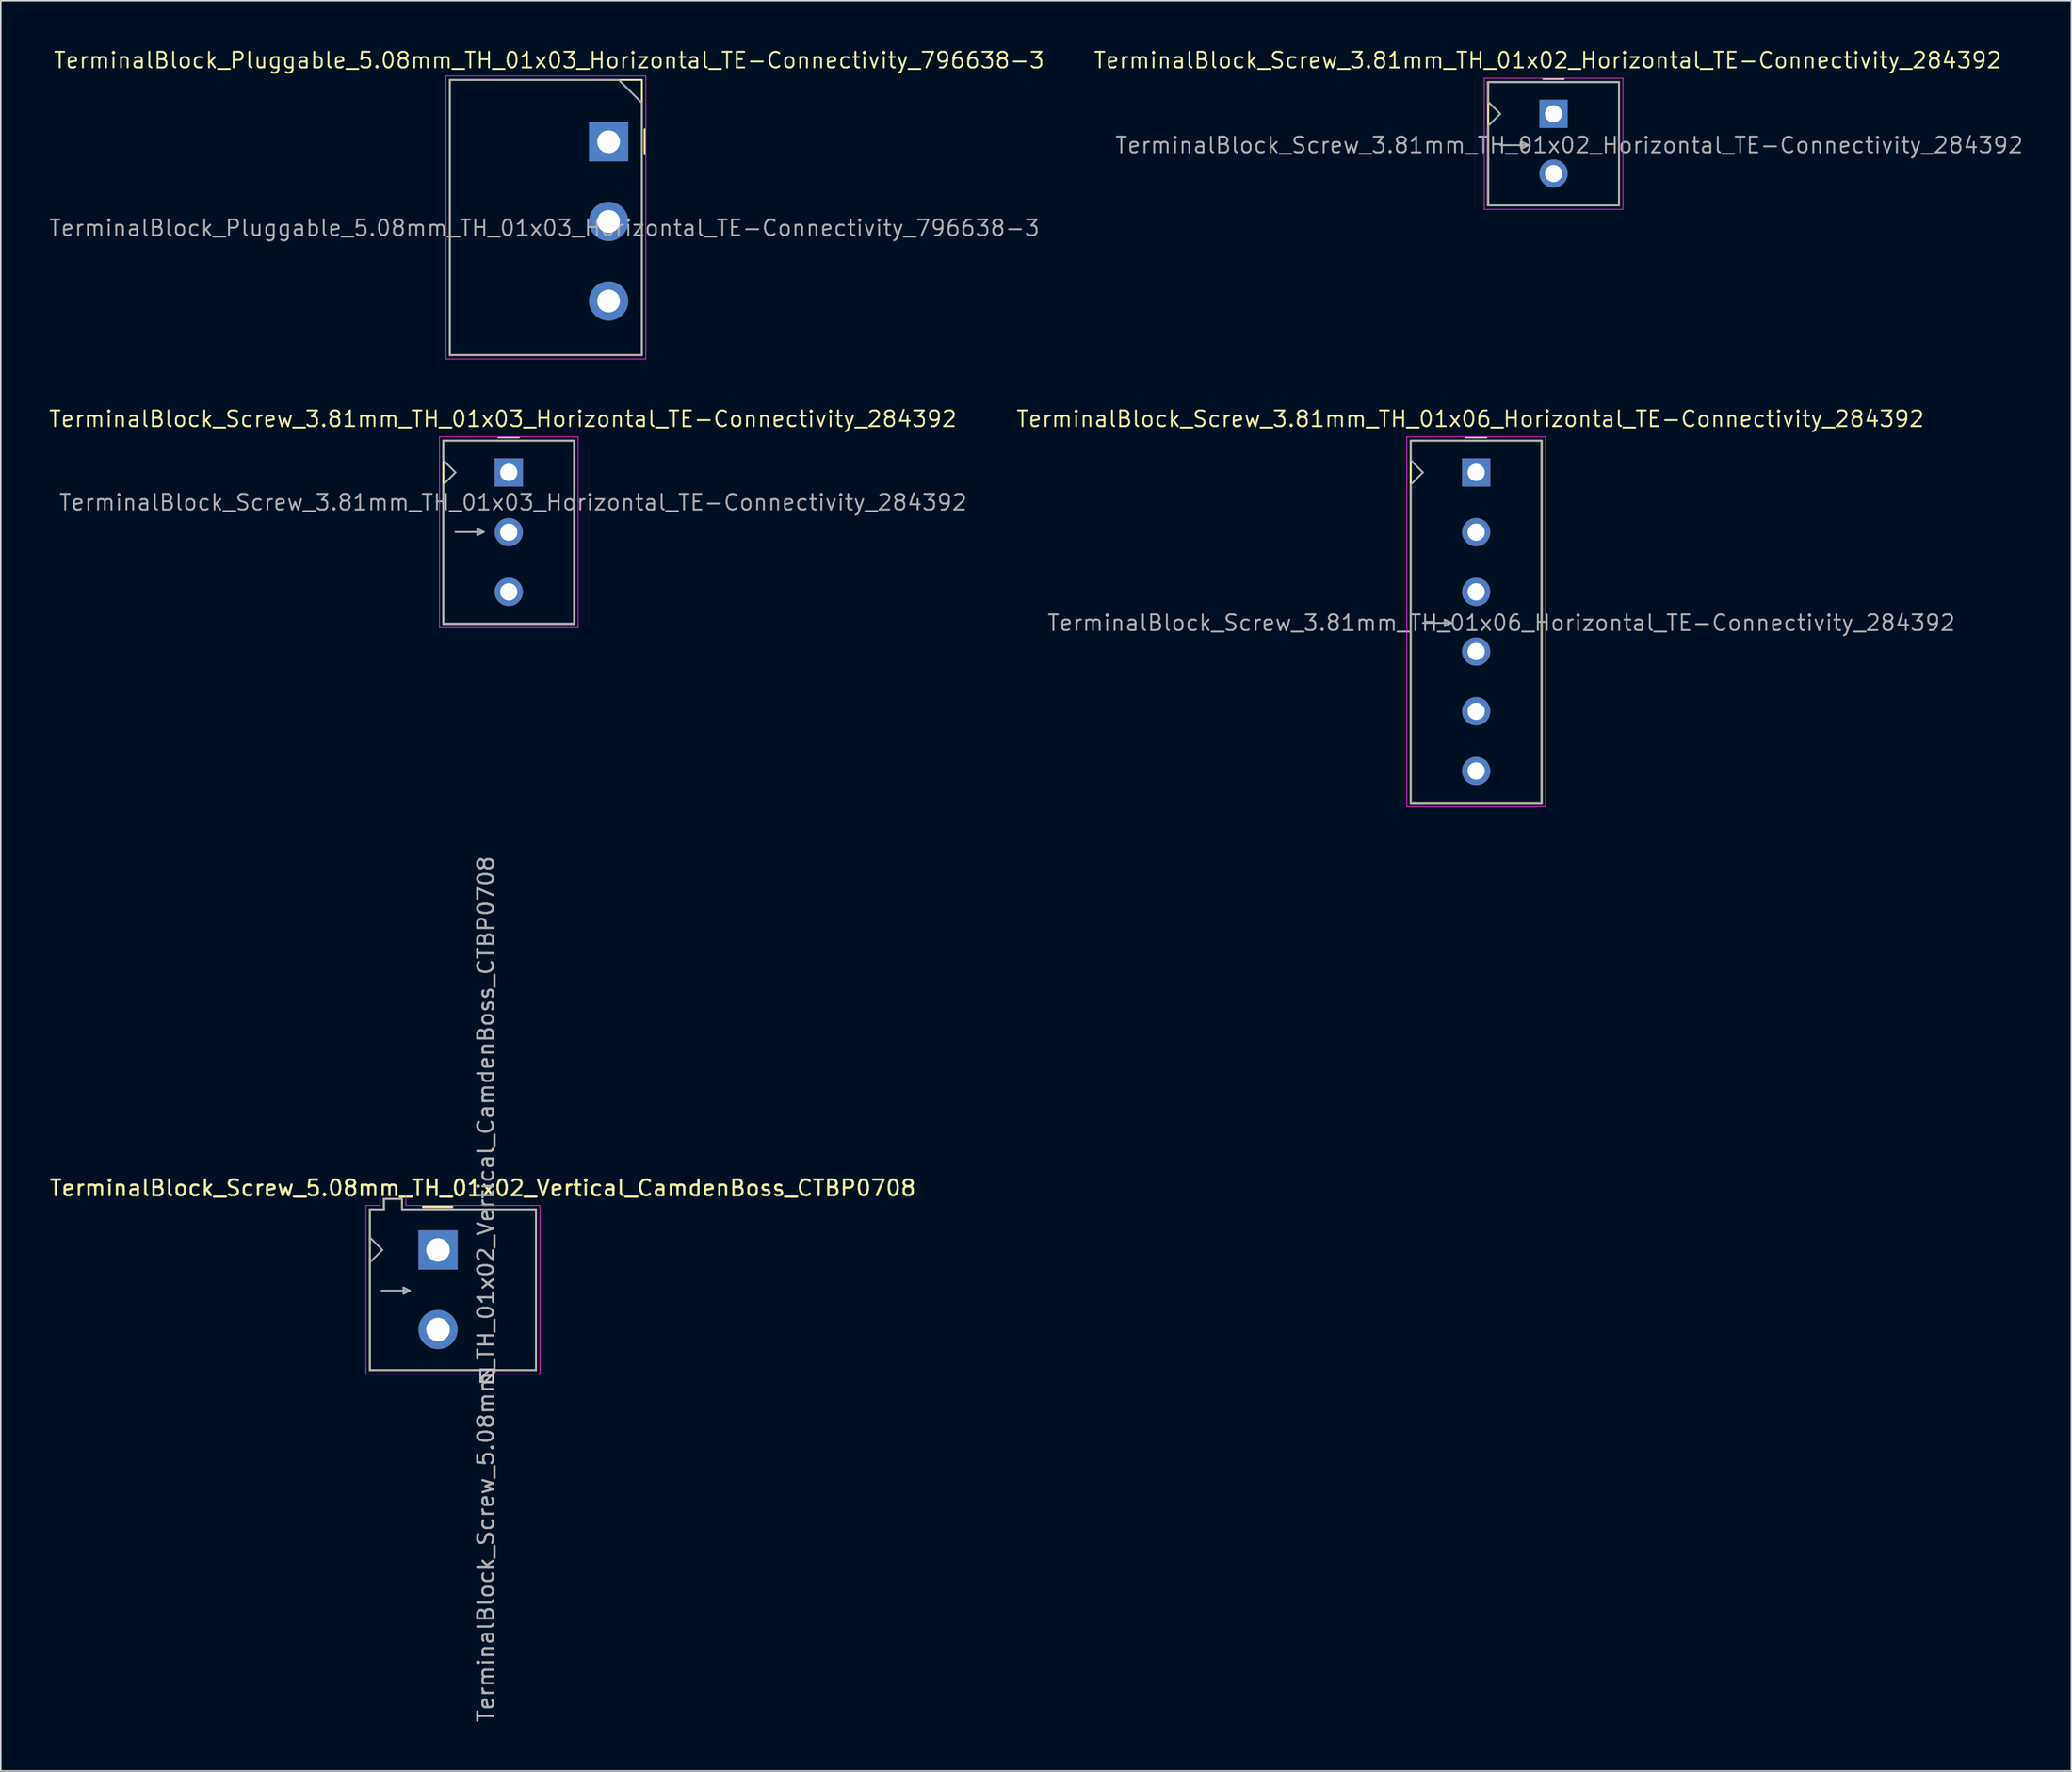
<source format=kicad_pcb>
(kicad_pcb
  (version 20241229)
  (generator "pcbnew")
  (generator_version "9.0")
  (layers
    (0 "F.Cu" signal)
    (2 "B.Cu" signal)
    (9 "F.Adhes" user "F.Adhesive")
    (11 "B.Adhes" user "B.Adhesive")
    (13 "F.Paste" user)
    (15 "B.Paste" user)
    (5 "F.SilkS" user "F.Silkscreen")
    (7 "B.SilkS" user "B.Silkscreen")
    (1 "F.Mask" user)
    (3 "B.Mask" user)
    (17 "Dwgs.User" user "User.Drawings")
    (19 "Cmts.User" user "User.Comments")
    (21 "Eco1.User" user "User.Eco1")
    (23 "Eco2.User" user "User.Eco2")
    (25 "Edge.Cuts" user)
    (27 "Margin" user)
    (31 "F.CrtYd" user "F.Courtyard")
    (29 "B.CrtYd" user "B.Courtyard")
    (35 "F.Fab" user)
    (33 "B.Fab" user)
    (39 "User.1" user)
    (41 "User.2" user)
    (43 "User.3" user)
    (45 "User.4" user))
  (footprint "TerminalBlock_Pluggable_5.08mm_TH_01x03_Horizontal_TE-Connectivity_796638-3"
    (layer "F.Cu")
    (at 35.775 5.996)
    (property "Reference" "TerminalBlock_Pluggable_5.08mm_TH_01x03_Horizontal_TE-Connectivity_796638-3" (at -3.8 -5.2 0) (unlocked yes) (layer "F.SilkS") (effects (font (size 1 1) (thickness 0.12))))
    (attr through_hole)
    (fp_line (start -10.125 -3.95) (end -10.125 13.61) (stroke (width 0.12) (type solid)) (layer "F.SilkS"))
    (fp_line (start -10.125 13.61) (end 2.125 13.61) (stroke (width 0.12) (type solid)) (layer "F.SilkS"))
    (fp_line (start 2.125 -3.95) (end -10.125 -3.95) (stroke (width 0.12) (type solid)) (layer "F.SilkS"))
    (fp_line (start 2.125 13.61) (end 2.125 -3.95) (stroke (width 0.12) (type solid)) (layer "F.SilkS"))
    (fp_line (start 2.3 -0.8) (end 2.3 0.8) (stroke (width 0.12) (type solid)) (layer "F.SilkS"))
    (fp_line (start -10.375 -4.2) (end 2.375 -4.2) (stroke (width 0.05) (type solid)) (layer "F.CrtYd"))
    (fp_line (start -10.375 13.86) (end -10.375 -4.2) (stroke (width 0.05) (type solid)) (layer "F.CrtYd"))
    (fp_line (start 2.375 -4.2) (end 2.375 13.86) (stroke (width 0.05) (type solid)) (layer "F.CrtYd"))
    (fp_line (start 2.375 13.86) (end -10.375 13.86) (stroke (width 0.05) (type solid)) (layer "F.CrtYd"))
    (fp_line (start -10.125 -3.95) (end -10.125 13.61) (stroke (width 0.12) (type solid)) (layer "F.Fab"))
    (fp_line (start -10.125 13.61) (end 2.125 13.61) (stroke (width 0.12) (type solid)) (layer "F.Fab"))
    (fp_line (start 0.65 -3.95) (end -10.125 -3.95) (stroke (width 0.12) (type solid)) (layer "F.Fab"))
    (fp_line (start 0.65 -3.95) (end 2.125 -2.48) (stroke (width 0.12) (type solid)) (layer "F.Fab"))
    (fp_line (start 2.125 13.61) (end 2.125 -2.48) (stroke (width 0.12) (type solid)) (layer "F.Fab"))
    (fp_text user "${REFERENCE}" (at -4.1 5.5 0) (layer "F.Fab") (effects (font (size 1 1) (thickness 0.12))))
    (pad "1" thru_hole rect (at 0 0) (size 2.5 2.5) (drill 1.45) (layers "*.Cu" "*.Mask"))
    (pad "2" thru_hole circle (at 0 5.08) (size 2.5 2.5) (drill 1.45) (layers "*.Cu" "*.Mask"))
    (pad "3" thru_hole circle (at 0 10.16) (size 2.5 2.5) (drill 1.45) (layers "*.Cu" "*.Mask")))
  (footprint "TerminalBlock_Screw_3.81mm_TH_01x03_Horizontal_TE-Connectivity_284392"
    (layer "F.Cu")
    (at 29.407 27.091)
    (property "Reference" "TerminalBlock_Screw_3.81mm_TH_01x03_Horizontal_TE-Connectivity_284392" (at -0.375 -3.415 0) (unlocked yes) (layer "F.SilkS") (effects (font (size 1 1) (thickness 0.12))))
    (attr through_hole)
    (fp_line (start -4.175 -2.025) (end 4.175 -2.025) (stroke (width 0.127) (type solid)) (layer "F.SilkS"))
    (fp_line (start -4.175 9.655) (end -4.175 -2.025) (stroke (width 0.127) (type solid)) (layer "F.SilkS"))
    (fp_line (start -0.65 -2.23) (end 0.65 -2.23) (stroke (width 0.12) (type solid)) (layer "F.SilkS"))
    (fp_line (start 4.175 -2.025) (end 4.175 9.655) (stroke (width 0.127) (type solid)) (layer "F.SilkS"))
    (fp_line (start 4.175 9.655) (end -4.175 9.655) (stroke (width 0.127) (type solid)) (layer "F.SilkS"))
    (fp_line (start -4.425 -2.275) (end -4.425 9.905) (stroke (width 0.05) (type solid)) (layer "F.CrtYd"))
    (fp_line (start -4.425 9.905) (end 4.425 9.905) (stroke (width 0.05) (type solid)) (layer "F.CrtYd"))
    (fp_line (start 4.425 -2.275) (end -4.425 -2.275) (stroke (width 0.05) (type solid)) (layer "F.CrtYd"))
    (fp_line (start 4.425 9.905) (end 4.425 -2.275) (stroke (width 0.05) (type solid)) (layer "F.CrtYd"))
    (fp_line (start -4.175 -2.025) (end 4.175 -2.025) (stroke (width 0.127) (type solid)) (layer "F.Fab"))
    (fp_line (start -4.175 -0.78) (end -4.175 -2.025) (stroke (width 0.127) (type solid)) (layer "F.Fab"))
    (fp_line (start -4.175 -0.775) (end -3.4 0) (stroke (width 0.12) (type solid)) (layer "F.Fab"))
    (fp_line (start -4.175 9.655) (end -4.175 0.78) (stroke (width 0.127) (type solid)) (layer "F.Fab"))
    (fp_line (start -3.4 0) (end -4.175 0.775) (stroke (width 0.12) (type solid)) (layer "F.Fab"))
    (fp_line (start -3.4 3.8) (end -1.6 3.8) (stroke (width 0.12) (type solid)) (layer "F.Fab"))
    (fp_line (start -2 3.6) (end -2 4) (stroke (width 0.12) (type solid)) (layer "F.Fab"))
    (fp_line (start -2 4) (end -1.6 3.8) (stroke (width 0.12) (type solid)) (layer "F.Fab"))
    (fp_line (start -1.6 3.8) (end -2 3.6) (stroke (width 0.12) (type solid)) (layer "F.Fab"))
    (fp_line (start 4.175 -2.025) (end 4.175 9.655) (stroke (width 0.127) (type solid)) (layer "F.Fab"))
    (fp_line (start 4.175 9.655) (end -4.175 9.655) (stroke (width 0.127) (type solid)) (layer "F.Fab"))
    (fp_text user "${REFERENCE}" (at 0.275 1.91 0) (layer "F.Fab") (effects (font (size 1 1) (thickness 0.12))))
    (pad "1" thru_hole rect (at 0 0 270) (size 1.8 1.8) (drill 1.1) (layers "*.Cu" "*.Mask"))
    (pad "2" thru_hole circle (at 0 3.81 270) (size 1.8 1.8) (drill 1.1) (layers "*.Cu" "*.Mask"))
    (pad "3" thru_hole circle (at 0 7.62 270) (size 1.8 1.8) (drill 1.1) (layers "*.Cu" "*.Mask")))
  (footprint "TerminalBlock_Screw_5.08mm_TH_01x02_Vertical_CamdenBoss_CTBP0708"
    (layer "F.Cu")
    (at 24.894 76.695)
    (property "Reference" "TerminalBlock_Screw_5.08mm_TH_01x02_Vertical_CamdenBoss_CTBP0708" (at 2.85 -3.95 0) (unlocked yes) (layer "F.SilkS") (effects (font (size 1 1) (thickness 0.15))))
    (attr through_hole)
    (fp_line (start -4.35 -2.59) (end -4.35 7.67) (stroke (width 0.12) (type solid)) (layer "F.SilkS"))
    (fp_line (start -4.35 7.67) (end 6.25 7.67) (stroke (width 0.12) (type solid)) (layer "F.SilkS"))
    (fp_line (start -3.45 -3.25) (end -3.45 -2.59) (stroke (width 0.12) (type solid)) (layer "F.SilkS"))
    (fp_line (start -3.45 -2.59) (end -4.35 -2.59) (stroke (width 0.12) (type solid)) (layer "F.SilkS"))
    (fp_line (start -2.3 -3.25) (end -3.45 -3.25) (stroke (width 0.12) (type solid)) (layer "F.SilkS"))
    (fp_line (start -2.3 -2.59) (end -2.3 -3.25) (stroke (width 0.12) (type solid)) (layer "F.SilkS"))
    (fp_line (start -0.95 -2.75) (end 0.9 -2.75) (stroke (width 0.15) (type solid)) (layer "F.SilkS"))
    (fp_line (start 6.25 -2.59) (end -2.3 -2.59) (stroke (width 0.12) (type solid)) (layer "F.SilkS"))
    (fp_line (start 6.25 7.67) (end 6.25 -2.59) (stroke (width 0.12) (type solid)) (layer "F.SilkS"))
    (fp_line (start 2.7 7.62) (end 2.7 8.42) (stroke (width 0.12) (type solid)) (layer "Dwgs.User"))
    (fp_line (start 2.7 8.22) (end 3.3 7.62) (stroke (width 0.12) (type solid)) (layer "Dwgs.User"))
    (fp_line (start 2.7 8.42) (end 3.5 8.42) (stroke (width 0.12) (type solid)) (layer "Dwgs.User"))
    (fp_line (start 3 8.42) (end 3.5 7.92) (stroke (width 0.12) (type solid)) (layer "Dwgs.User"))
    (fp_line (start 3.5 7.62) (end 2.7 7.62) (stroke (width 0.12) (type solid)) (layer "Dwgs.User"))
    (fp_line (start 3.5 8.42) (end 3.5 7.62) (stroke (width 0.12) (type solid)) (layer "Dwgs.User"))
    (fp_line (start -4.6 -2.84) (end -3.7 -2.84) (stroke (width 0.05) (type solid)) (layer "F.CrtYd"))
    (fp_line (start -4.6 7.92) (end -4.6 -2.84) (stroke (width 0.05) (type solid)) (layer "F.CrtYd"))
    (fp_line (start -3.7 -3.5) (end -3.7 -2.84) (stroke (width 0.05) (type solid)) (layer "F.CrtYd"))
    (fp_line (start -2.05 -3.5) (end -3.7 -3.5) (stroke (width 0.05) (type solid)) (layer "F.CrtYd"))
    (fp_line (start -2.05 -2.84) (end -2.05 -3.5) (stroke (width 0.05) (type solid)) (layer "F.CrtYd"))
    (fp_line (start -2.05 -2.84) (end 6.5 -2.84) (stroke (width 0.05) (type solid)) (layer "F.CrtYd"))
    (fp_line (start 6.5 -2.84) (end 6.5 7.92) (stroke (width 0.05) (type solid)) (layer "F.CrtYd"))
    (fp_line (start 6.5 7.92) (end -4.6 7.92) (stroke (width 0.05) (type solid)) (layer "F.CrtYd"))
    (fp_line (start -4.35 -2.59) (end -4.35 7.67) (stroke (width 0.12) (type solid)) (layer "F.Fab"))
    (fp_line (start -4.35 0.8) (end -3.55 0) (stroke (width 0.12) (type solid)) (layer "F.Fab"))
    (fp_line (start -4.35 7.67) (end 6.25 7.67) (stroke (width 0.12) (type solid)) (layer "F.Fab"))
    (fp_line (start -3.6 2.6) (end -1.8 2.6) (stroke (width 0.12) (type solid)) (layer "F.Fab"))
    (fp_line (start -3.55 0) (end -4.35 -0.8) (stroke (width 0.12) (type solid)) (layer "F.Fab"))
    (fp_line (start -3.45 -3.25) (end -3.45 -2.59) (stroke (width 0.12) (type solid)) (layer "F.Fab"))
    (fp_line (start -3.45 -2.59) (end -4.35 -2.59) (stroke (width 0.12) (type solid)) (layer "F.Fab"))
    (fp_line (start -2.3 -3.25) (end -3.45 -3.25) (stroke (width 0.12) (type solid)) (layer "F.Fab"))
    (fp_line (start -2.3 -2.59) (end -2.3 -3.25) (stroke (width 0.12) (type solid)) (layer "F.Fab"))
    (fp_line (start -2.2 2.4) (end -2.2 2.8) (stroke (width 0.12) (type solid)) (layer "F.Fab"))
    (fp_line (start -2.2 2.8) (end -1.8 2.6) (stroke (width 0.12) (type solid)) (layer "F.Fab"))
    (fp_line (start -1.8 2.6) (end -2.2 2.4) (stroke (width 0.12) (type solid)) (layer "F.Fab"))
    (fp_line (start 6.25 -2.59) (end -2.3 -2.59) (stroke (width 0.12) (type solid)) (layer "F.Fab"))
    (fp_line (start 6.25 7.67) (end 6.25 -2.59) (stroke (width 0.12) (type solid)) (layer "F.Fab"))
    (fp_text user "${REFERENCE}" (at 3.05 2.5 270) (layer "F.Fab") (effects (font (size 1 1) (thickness 0.15))))
    (pad "1" thru_hole rect (at 0 0 270) (size 2.5 2.5) (drill 1.5) (layers "*.Cu" "*.Mask"))
    (pad "2" thru_hole circle (at 0 5.08 270) (size 2.5 2.5) (drill 1.5) (layers "*.Cu" "*.Mask")))
  (footprint "TerminalBlock_Screw_3.81mm_TH_01x02_Horizontal_TE-Connectivity_284392"
    (layer "F.Cu")
    (at 96.058 4.211)
    (property "Reference" "TerminalBlock_Screw_3.81mm_TH_01x02_Horizontal_TE-Connectivity_284392" (at -0.375 -3.415 0) (unlocked yes) (layer "F.SilkS") (effects (font (size 1 1) (thickness 0.12))))
    (attr through_hole)
    (fp_line (start -4.175 -2.025) (end 4.175 -2.025) (stroke (width 0.127) (type solid)) (layer "F.SilkS"))
    (fp_line (start -4.175 5.845) (end -4.175 -2.025) (stroke (width 0.127) (type solid)) (layer "F.SilkS"))
    (fp_line (start -0.65 -2.23) (end 0.65 -2.23) (stroke (width 0.12) (type solid)) (layer "F.SilkS"))
    (fp_line (start 4.175 -2.025) (end 4.175 5.845) (stroke (width 0.127) (type solid)) (layer "F.SilkS"))
    (fp_line (start 4.175 5.845) (end -4.175 5.845) (stroke (width 0.127) (type solid)) (layer "F.SilkS"))
    (fp_line (start -4.425 -2.275) (end -4.425 6.095) (stroke (width 0.05) (type solid)) (layer "F.CrtYd"))
    (fp_line (start -4.425 6.095) (end 4.425 6.095) (stroke (width 0.05) (type solid)) (layer "F.CrtYd"))
    (fp_line (start 4.425 -2.275) (end -4.425 -2.275) (stroke (width 0.05) (type solid)) (layer "F.CrtYd"))
    (fp_line (start 4.425 6.095) (end 4.425 -2.275) (stroke (width 0.05) (type solid)) (layer "F.CrtYd"))
    (fp_line (start -4.175 -2.025) (end 4.175 -2.025) (stroke (width 0.127) (type solid)) (layer "F.Fab"))
    (fp_line (start -4.175 -0.78) (end -4.175 -2.025) (stroke (width 0.127) (type solid)) (layer "F.Fab"))
    (fp_line (start -4.175 -0.775) (end -3.4 0) (stroke (width 0.12) (type solid)) (layer "F.Fab"))
    (fp_line (start -4.175 5.845) (end -4.175 0.78) (stroke (width 0.127) (type solid)) (layer "F.Fab"))
    (fp_line (start -3.4 0) (end -4.175 0.775) (stroke (width 0.12) (type solid)) (layer "F.Fab"))
    (fp_line (start -3.4 2) (end -1.6 2) (stroke (width 0.12) (type solid)) (layer "F.Fab"))
    (fp_line (start -2 1.8) (end -2 2.2) (stroke (width 0.12) (type solid)) (layer "F.Fab"))
    (fp_line (start -2 2.2) (end -1.6 2) (stroke (width 0.12) (type solid)) (layer "F.Fab"))
    (fp_line (start -1.6 2) (end -2 1.8) (stroke (width 0.12) (type solid)) (layer "F.Fab"))
    (fp_line (start 4.175 -2.025) (end 4.175 5.845) (stroke (width 0.127) (type solid)) (layer "F.Fab"))
    (fp_line (start 4.175 5.845) (end -4.175 5.845) (stroke (width 0.127) (type solid)) (layer "F.Fab"))
    (fp_text user "${REFERENCE}" (at 1 2 0) (layer "F.Fab") (effects (font (size 1 1) (thickness 0.12))))
    (pad "1" thru_hole rect (at 0 0 270) (size 1.8 1.8) (drill 1.1) (layers "*.Cu" "*.Mask"))
    (pad "2" thru_hole circle (at 0 3.81 270) (size 1.8 1.8) (drill 1.1) (layers "*.Cu" "*.Mask")))
  (footprint "TerminalBlock_Screw_3.81mm_TH_01x06_Horizontal_TE-Connectivity_284392"
    (layer "F.Cu")
    (at 91.122 27.091)
    (property "Reference" "TerminalBlock_Screw_3.81mm_TH_01x06_Horizontal_TE-Connectivity_284392" (at -0.375 -3.415 0) (unlocked yes) (layer "F.SilkS") (effects (font (size 1 1) (thickness 0.12))))
    (attr through_hole)
    (fp_line (start -4.175 -2.025) (end 4.175 -2.025) (stroke (width 0.127) (type solid)) (layer "F.SilkS"))
    (fp_line (start -4.175 21.085) (end -4.175 -2.025) (stroke (width 0.127) (type solid)) (layer "F.SilkS"))
    (fp_line (start -0.65 -2.23) (end 0.65 -2.23) (stroke (width 0.12) (type solid)) (layer "F.SilkS"))
    (fp_line (start 4.175 -2.025) (end 4.175 21.085) (stroke (width 0.127) (type solid)) (layer "F.SilkS"))
    (fp_line (start 4.175 21.085) (end -4.175 21.085) (stroke (width 0.127) (type solid)) (layer "F.SilkS"))
    (fp_line (start -4.425 -2.275) (end -4.425 21.335) (stroke (width 0.05) (type solid)) (layer "F.CrtYd"))
    (fp_line (start -4.425 21.335) (end 4.425 21.335) (stroke (width 0.05) (type solid)) (layer "F.CrtYd"))
    (fp_line (start 4.425 -2.275) (end -4.425 -2.275) (stroke (width 0.05) (type solid)) (layer "F.CrtYd"))
    (fp_line (start 4.425 21.335) (end 4.425 -2.275) (stroke (width 0.05) (type solid)) (layer "F.CrtYd"))
    (fp_line (start -4.175 -2.025) (end 4.175 -2.025) (stroke (width 0.127) (type solid)) (layer "F.Fab"))
    (fp_line (start -4.175 -0.78) (end -4.175 -2.025) (stroke (width 0.127) (type solid)) (layer "F.Fab"))
    (fp_line (start -4.175 -0.775) (end -3.4 0) (stroke (width 0.12) (type solid)) (layer "F.Fab"))
    (fp_line (start -4.175 21.085) (end -4.175 0.78) (stroke (width 0.127) (type solid)) (layer "F.Fab"))
    (fp_line (start -3.4 0) (end -4.175 0.775) (stroke (width 0.12) (type solid)) (layer "F.Fab"))
    (fp_line (start -3.4 9.6) (end -1.6 9.6) (stroke (width 0.12) (type solid)) (layer "F.Fab"))
    (fp_line (start -2 9.4) (end -2 9.8) (stroke (width 0.12) (type solid)) (layer "F.Fab"))
    (fp_line (start -2 9.8) (end -1.6 9.6) (stroke (width 0.12) (type solid)) (layer "F.Fab"))
    (fp_line (start -1.6 9.6) (end -2 9.4) (stroke (width 0.12) (type solid)) (layer "F.Fab"))
    (fp_line (start 4.175 -2.025) (end 4.175 21.085) (stroke (width 0.127) (type solid)) (layer "F.Fab"))
    (fp_line (start 4.175 21.085) (end -4.175 21.085) (stroke (width 0.127) (type solid)) (layer "F.Fab"))
    (fp_text user "${REFERENCE}" (at 1.6 9.6 0) (layer "F.Fab") (effects (font (size 1 1) (thickness 0.12))))
    (pad "1" thru_hole rect (at 0 0 270) (size 1.8 1.8) (drill 1.1) (layers "*.Cu" "*.Mask"))
    (pad "2" thru_hole circle (at 0 3.81 270) (size 1.8 1.8) (drill 1.1) (layers "*.Cu" "*.Mask"))
    (pad "3" thru_hole circle (at 0 7.62 270) (size 1.8 1.8) (drill 1.1) (layers "*.Cu" "*.Mask"))
    (pad "4" thru_hole circle (at 0 11.43 270) (size 1.8 1.8) (drill 1.1) (layers "*.Cu" "*.Mask"))
    (pad "5" thru_hole circle (at 0 15.24 270) (size 1.8 1.8) (drill 1.1) (layers "*.Cu" "*.Mask"))
    (pad "6" thru_hole circle (at 0 19.05 270) (size 1.8 1.8) (drill 1.1) (layers "*.Cu" "*.Mask")))
  (gr_rect
    (start -3 -3)
    (end 129.09 109.939)
    (stroke (width 0.1) (type default))
    (fill no)
    (layer "Edge.Cuts")))
</source>
